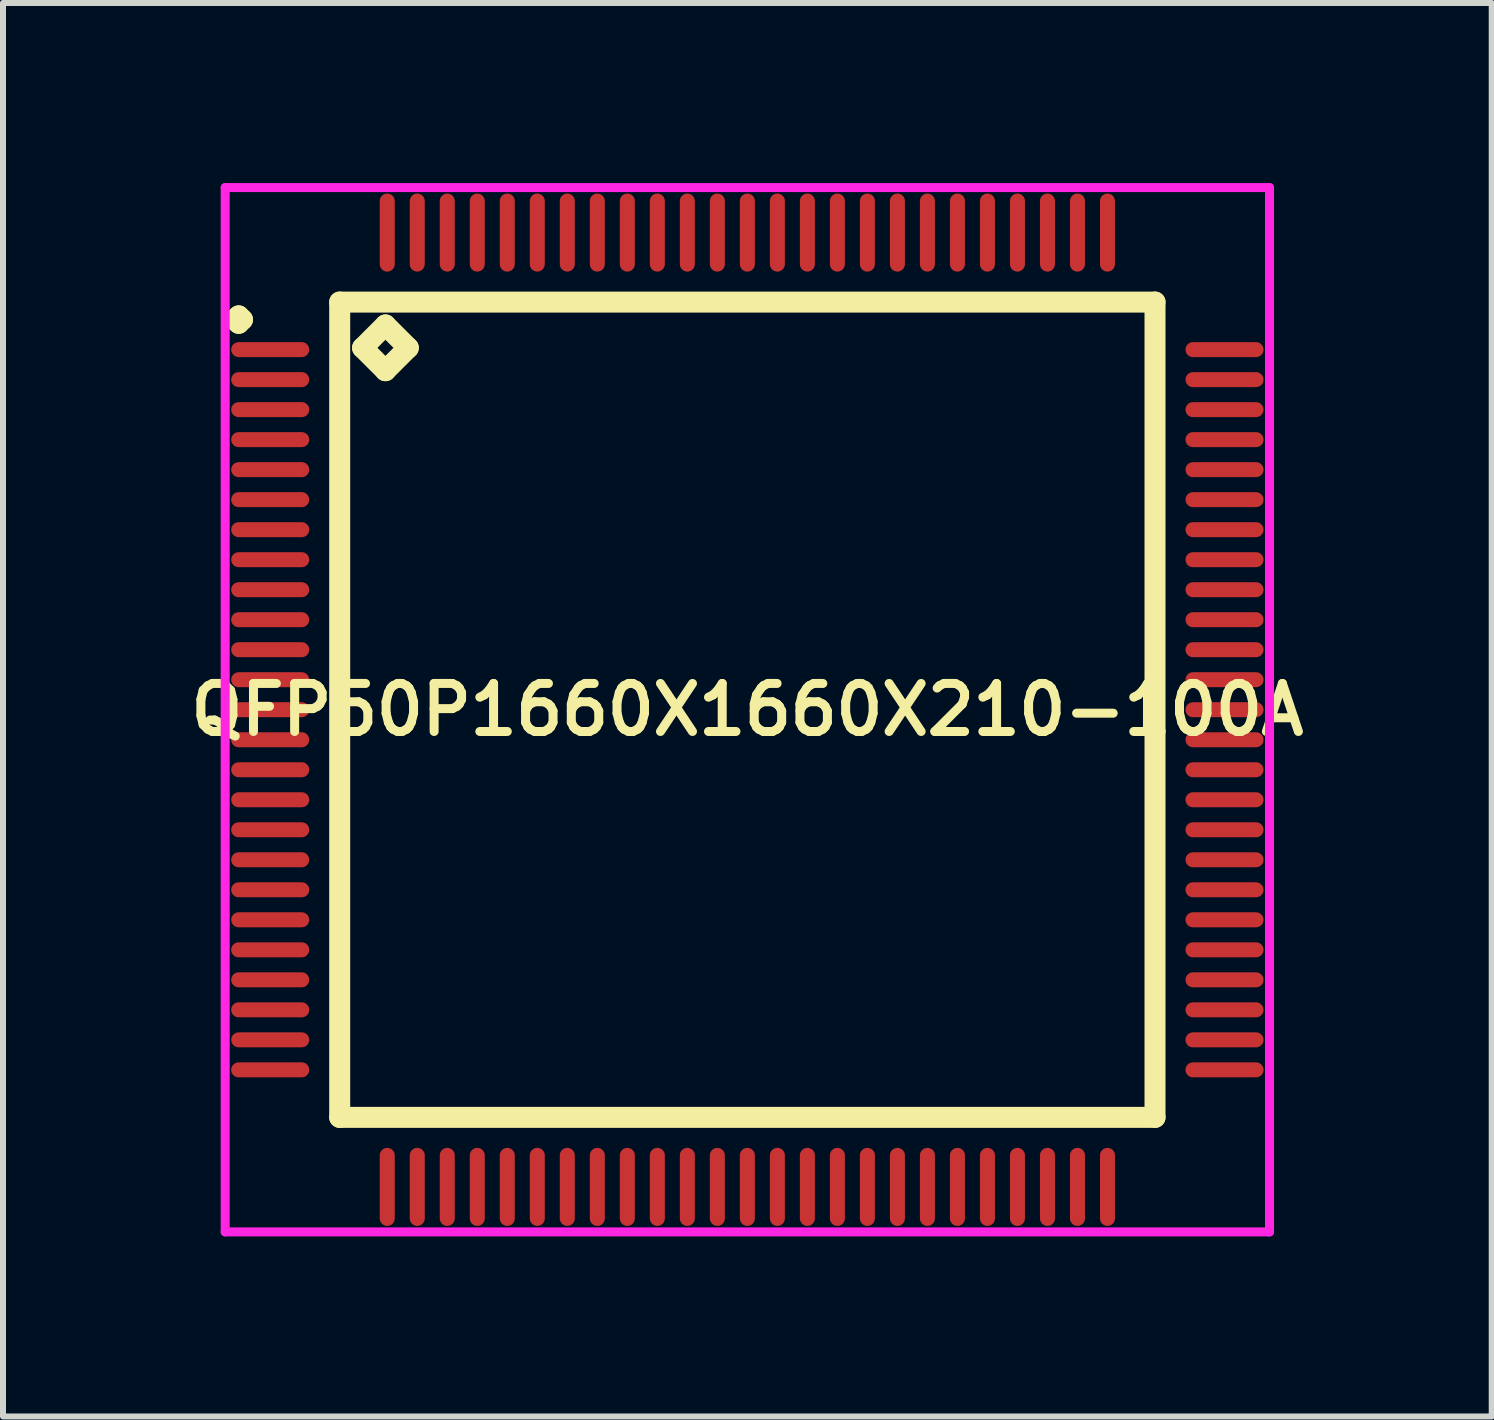
<source format=kicad_pcb>
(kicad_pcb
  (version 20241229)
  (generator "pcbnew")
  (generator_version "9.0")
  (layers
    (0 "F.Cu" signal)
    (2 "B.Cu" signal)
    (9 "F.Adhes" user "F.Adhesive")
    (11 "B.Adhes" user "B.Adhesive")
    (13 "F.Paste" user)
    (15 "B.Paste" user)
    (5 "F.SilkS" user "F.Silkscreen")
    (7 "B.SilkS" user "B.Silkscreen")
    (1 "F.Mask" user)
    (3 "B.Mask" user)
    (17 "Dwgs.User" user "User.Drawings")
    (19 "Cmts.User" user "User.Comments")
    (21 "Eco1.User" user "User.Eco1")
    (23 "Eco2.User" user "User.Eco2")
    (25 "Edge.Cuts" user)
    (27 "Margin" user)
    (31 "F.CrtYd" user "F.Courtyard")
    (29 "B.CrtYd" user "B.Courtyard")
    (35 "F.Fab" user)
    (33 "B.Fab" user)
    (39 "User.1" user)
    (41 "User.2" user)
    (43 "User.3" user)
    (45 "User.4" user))
  (footprint "QFP50P1660X1660X210-100A"
    (layer "F.Cu")
    (at 9.402 8.775)
    (property "Reference" "QFP50P1660X1660X210-100A" (at 0 0 0) (layer "F.SilkS") (effects (font (size 0.8 0.8) (thickness 0.15))))
    (attr through_hole)
    (fp_line (start -8.537 -6.5) (end -8.475 -6.562) (stroke (width 0.35) (type solid)) (layer "F.SilkS"))
    (fp_line (start -8.475 -6.562) (end -8.412 -6.5) (stroke (width 0.35) (type solid)) (layer "F.SilkS"))
    (fp_line (start -8.475 -6.438) (end -8.537 -6.5) (stroke (width 0.35) (type solid)) (layer "F.SilkS"))
    (fp_line (start -8.412 -6.5) (end -8.475 -6.438) (stroke (width 0.35) (type solid)) (layer "F.SilkS"))
    (fp_line (start -6.792 -6.792) (end -6.792 6.792) (stroke (width 0.35) (type solid)) (layer "F.SilkS"))
    (fp_line (start -6.792 6.792) (end 6.792 6.792) (stroke (width 0.35) (type solid)) (layer "F.SilkS"))
    (fp_line (start -6.411 -6.03) (end -6.03 -6.411) (stroke (width 0.35) (type solid)) (layer "F.SilkS"))
    (fp_line (start -6.03 -6.411) (end -5.649 -6.03) (stroke (width 0.35) (type solid)) (layer "F.SilkS"))
    (fp_line (start -6.03 -5.649) (end -6.411 -6.03) (stroke (width 0.35) (type solid)) (layer "F.SilkS"))
    (fp_line (start -5.649 -6.03) (end -6.03 -5.649) (stroke (width 0.35) (type solid)) (layer "F.SilkS"))
    (fp_line (start 6.792 -6.792) (end -6.792 -6.792) (stroke (width 0.35) (type solid)) (layer "F.SilkS"))
    (fp_line (start 6.792 6.792) (end 6.792 -6.792) (stroke (width 0.35) (type solid)) (layer "F.SilkS"))
    (fp_line (start -8.7 -8.7) (end 8.7 -8.7) (stroke (width 0.15) (type solid)) (layer "F.CrtYd"))
    (fp_line (start -8.7 8.7) (end -8.7 -8.7) (stroke (width 0.15) (type solid)) (layer "F.CrtYd"))
    (fp_line (start 8.7 -8.7) (end 8.7 8.7) (stroke (width 0.15) (type solid)) (layer "F.CrtYd"))
    (fp_line (start 8.7 8.7) (end -8.7 8.7) (stroke (width 0.15) (type solid)) (layer "F.CrtYd"))
    (pad "1" smd oval (at -7.95 -6) (size 1.3 0.25) (layers "F.Cu" "F.Mask" "F.Paste"))
    (pad "2" smd oval (at -7.95 -5.5) (size 1.3 0.25) (layers "F.Cu" "F.Mask" "F.Paste"))
    (pad "3" smd oval (at -7.95 -5) (size 1.3 0.25) (layers "F.Cu" "F.Mask" "F.Paste"))
    (pad "4" smd oval (at -7.95 -4.5) (size 1.3 0.25) (layers "F.Cu" "F.Mask" "F.Paste"))
    (pad "5" smd oval (at -7.95 -4) (size 1.3 0.25) (layers "F.Cu" "F.Mask" "F.Paste"))
    (pad "6" smd oval (at -7.95 -3.5) (size 1.3 0.25) (layers "F.Cu" "F.Mask" "F.Paste"))
    (pad "7" smd oval (at -7.95 -3) (size 1.3 0.25) (layers "F.Cu" "F.Mask" "F.Paste"))
    (pad "8" smd oval (at -7.95 -2.5) (size 1.3 0.25) (layers "F.Cu" "F.Mask" "F.Paste"))
    (pad "9" smd oval (at -7.95 -2) (size 1.3 0.25) (layers "F.Cu" "F.Mask" "F.Paste"))
    (pad "10" smd oval (at -7.95 -1.5) (size 1.3 0.25) (layers "F.Cu" "F.Mask" "F.Paste"))
    (pad "11" smd oval (at -7.95 -1) (size 1.3 0.25) (layers "F.Cu" "F.Mask" "F.Paste"))
    (pad "12" smd oval (at -7.95 -0.5) (size 1.3 0.25) (layers "F.Cu" "F.Mask" "F.Paste"))
    (pad "13" smd oval (at -7.95 0) (size 1.3 0.25) (layers "F.Cu" "F.Mask" "F.Paste"))
    (pad "14" smd oval (at -7.95 0.5) (size 1.3 0.25) (layers "F.Cu" "F.Mask" "F.Paste"))
    (pad "15" smd oval (at -7.95 1) (size 1.3 0.25) (layers "F.Cu" "F.Mask" "F.Paste"))
    (pad "16" smd oval (at -7.95 1.5) (size 1.3 0.25) (layers "F.Cu" "F.Mask" "F.Paste"))
    (pad "17" smd oval (at -7.95 2) (size 1.3 0.25) (layers "F.Cu" "F.Mask" "F.Paste"))
    (pad "18" smd oval (at -7.95 2.5) (size 1.3 0.25) (layers "F.Cu" "F.Mask" "F.Paste"))
    (pad "19" smd oval (at -7.95 3) (size 1.3 0.25) (layers "F.Cu" "F.Mask" "F.Paste"))
    (pad "20" smd oval (at -7.95 3.5) (size 1.3 0.25) (layers "F.Cu" "F.Mask" "F.Paste"))
    (pad "21" smd oval (at -7.95 4) (size 1.3 0.25) (layers "F.Cu" "F.Mask" "F.Paste"))
    (pad "22" smd oval (at -7.95 4.5) (size 1.3 0.25) (layers "F.Cu" "F.Mask" "F.Paste"))
    (pad "23" smd oval (at -7.95 5) (size 1.3 0.25) (layers "F.Cu" "F.Mask" "F.Paste"))
    (pad "24" smd oval (at -7.95 5.5) (size 1.3 0.25) (layers "F.Cu" "F.Mask" "F.Paste"))
    (pad "25" smd oval (at -7.95 6) (size 1.3 0.25) (layers "F.Cu" "F.Mask" "F.Paste"))
    (pad "26" smd oval (at -6 7.95) (size 0.25 1.3) (layers "F.Cu" "F.Mask" "F.Paste"))
    (pad "27" smd oval (at -5.5 7.95) (size 0.25 1.3) (layers "F.Cu" "F.Mask" "F.Paste"))
    (pad "28" smd oval (at -5 7.95) (size 0.25 1.3) (layers "F.Cu" "F.Mask" "F.Paste"))
    (pad "29" smd oval (at -4.5 7.95) (size 0.25 1.3) (layers "F.Cu" "F.Mask" "F.Paste"))
    (pad "30" smd oval (at -4 7.95) (size 0.25 1.3) (layers "F.Cu" "F.Mask" "F.Paste"))
    (pad "31" smd oval (at -3.5 7.95) (size 0.25 1.3) (layers "F.Cu" "F.Mask" "F.Paste"))
    (pad "32" smd oval (at -3 7.95) (size 0.25 1.3) (layers "F.Cu" "F.Mask" "F.Paste"))
    (pad "33" smd oval (at -2.5 7.95) (size 0.25 1.3) (layers "F.Cu" "F.Mask" "F.Paste"))
    (pad "34" smd oval (at -2 7.95) (size 0.25 1.3) (layers "F.Cu" "F.Mask" "F.Paste"))
    (pad "35" smd oval (at -1.5 7.95) (size 0.25 1.3) (layers "F.Cu" "F.Mask" "F.Paste"))
    (pad "36" smd oval (at -1 7.95) (size 0.25 1.3) (layers "F.Cu" "F.Mask" "F.Paste"))
    (pad "37" smd oval (at -0.5 7.95) (size 0.25 1.3) (layers "F.Cu" "F.Mask" "F.Paste"))
    (pad "38" smd oval (at 0 7.95) (size 0.25 1.3) (layers "F.Cu" "F.Mask" "F.Paste"))
    (pad "39" smd oval (at 0.5 7.95) (size 0.25 1.3) (layers "F.Cu" "F.Mask" "F.Paste"))
    (pad "40" smd oval (at 1 7.95) (size 0.25 1.3) (layers "F.Cu" "F.Mask" "F.Paste"))
    (pad "41" smd oval (at 1.5 7.95) (size 0.25 1.3) (layers "F.Cu" "F.Mask" "F.Paste"))
    (pad "42" smd oval (at 2 7.95) (size 0.25 1.3) (layers "F.Cu" "F.Mask" "F.Paste"))
    (pad "43" smd oval (at 2.5 7.95) (size 0.25 1.3) (layers "F.Cu" "F.Mask" "F.Paste"))
    (pad "44" smd oval (at 3 7.95) (size 0.25 1.3) (layers "F.Cu" "F.Mask" "F.Paste"))
    (pad "45" smd oval (at 3.5 7.95) (size 0.25 1.3) (layers "F.Cu" "F.Mask" "F.Paste"))
    (pad "46" smd oval (at 4 7.95) (size 0.25 1.3) (layers "F.Cu" "F.Mask" "F.Paste"))
    (pad "47" smd oval (at 4.5 7.95) (size 0.25 1.3) (layers "F.Cu" "F.Mask" "F.Paste"))
    (pad "48" smd oval (at 5 7.95) (size 0.25 1.3) (layers "F.Cu" "F.Mask" "F.Paste"))
    (pad "49" smd oval (at 5.5 7.95) (size 0.25 1.3) (layers "F.Cu" "F.Mask" "F.Paste"))
    (pad "50" smd oval (at 6 7.95) (size 0.25 1.3) (layers "F.Cu" "F.Mask" "F.Paste"))
    (pad "51" smd oval (at 7.95 6) (size 1.3 0.25) (layers "F.Cu" "F.Mask" "F.Paste"))
    (pad "52" smd oval (at 7.95 5.5) (size 1.3 0.25) (layers "F.Cu" "F.Mask" "F.Paste"))
    (pad "53" smd oval (at 7.95 5) (size 1.3 0.25) (layers "F.Cu" "F.Mask" "F.Paste"))
    (pad "54" smd oval (at 7.95 4.5) (size 1.3 0.25) (layers "F.Cu" "F.Mask" "F.Paste"))
    (pad "55" smd oval (at 7.95 4) (size 1.3 0.25) (layers "F.Cu" "F.Mask" "F.Paste"))
    (pad "56" smd oval (at 7.95 3.5) (size 1.3 0.25) (layers "F.Cu" "F.Mask" "F.Paste"))
    (pad "57" smd oval (at 7.95 3) (size 1.3 0.25) (layers "F.Cu" "F.Mask" "F.Paste"))
    (pad "58" smd oval (at 7.95 2.5) (size 1.3 0.25) (layers "F.Cu" "F.Mask" "F.Paste"))
    (pad "59" smd oval (at 7.95 2) (size 1.3 0.25) (layers "F.Cu" "F.Mask" "F.Paste"))
    (pad "60" smd oval (at 7.95 1.5) (size 1.3 0.25) (layers "F.Cu" "F.Mask" "F.Paste"))
    (pad "61" smd oval (at 7.95 1) (size 1.3 0.25) (layers "F.Cu" "F.Mask" "F.Paste"))
    (pad "62" smd oval (at 7.95 0.5) (size 1.3 0.25) (layers "F.Cu" "F.Mask" "F.Paste"))
    (pad "63" smd oval (at 7.95 0) (size 1.3 0.25) (layers "F.Cu" "F.Mask" "F.Paste"))
    (pad "64" smd oval (at 7.95 -0.5) (size 1.3 0.25) (layers "F.Cu" "F.Mask" "F.Paste"))
    (pad "65" smd oval (at 7.95 -1) (size 1.3 0.25) (layers "F.Cu" "F.Mask" "F.Paste"))
    (pad "66" smd oval (at 7.95 -1.5) (size 1.3 0.25) (layers "F.Cu" "F.Mask" "F.Paste"))
    (pad "67" smd oval (at 7.95 -2) (size 1.3 0.25) (layers "F.Cu" "F.Mask" "F.Paste"))
    (pad "68" smd oval (at 7.95 -2.5) (size 1.3 0.25) (layers "F.Cu" "F.Mask" "F.Paste"))
    (pad "69" smd oval (at 7.95 -3) (size 1.3 0.25) (layers "F.Cu" "F.Mask" "F.Paste"))
    (pad "70" smd oval (at 7.95 -3.5) (size 1.3 0.25) (layers "F.Cu" "F.Mask" "F.Paste"))
    (pad "71" smd oval (at 7.95 -4) (size 1.3 0.25) (layers "F.Cu" "F.Mask" "F.Paste"))
    (pad "72" smd oval (at 7.95 -4.5) (size 1.3 0.25) (layers "F.Cu" "F.Mask" "F.Paste"))
    (pad "73" smd oval (at 7.95 -5) (size 1.3 0.25) (layers "F.Cu" "F.Mask" "F.Paste"))
    (pad "74" smd oval (at 7.95 -5.5) (size 1.3 0.25) (layers "F.Cu" "F.Mask" "F.Paste"))
    (pad "75" smd oval (at 7.95 -6) (size 1.3 0.25) (layers "F.Cu" "F.Mask" "F.Paste"))
    (pad "76" smd oval (at 6 -7.95) (size 0.25 1.3) (layers "F.Cu" "F.Mask" "F.Paste"))
    (pad "77" smd oval (at 5.5 -7.95) (size 0.25 1.3) (layers "F.Cu" "F.Mask" "F.Paste"))
    (pad "78" smd oval (at 5 -7.95) (size 0.25 1.3) (layers "F.Cu" "F.Mask" "F.Paste"))
    (pad "79" smd oval (at 4.5 -7.95) (size 0.25 1.3) (layers "F.Cu" "F.Mask" "F.Paste"))
    (pad "80" smd oval (at 4 -7.95) (size 0.25 1.3) (layers "F.Cu" "F.Mask" "F.Paste"))
    (pad "81" smd oval (at 3.5 -7.95) (size 0.25 1.3) (layers "F.Cu" "F.Mask" "F.Paste"))
    (pad "82" smd oval (at 3 -7.95) (size 0.25 1.3) (layers "F.Cu" "F.Mask" "F.Paste"))
    (pad "83" smd oval (at 2.5 -7.95) (size 0.25 1.3) (layers "F.Cu" "F.Mask" "F.Paste"))
    (pad "84" smd oval (at 2 -7.95) (size 0.25 1.3) (layers "F.Cu" "F.Mask" "F.Paste"))
    (pad "85" smd oval (at 1.5 -7.95) (size 0.25 1.3) (layers "F.Cu" "F.Mask" "F.Paste"))
    (pad "86" smd oval (at 1 -7.95) (size 0.25 1.3) (layers "F.Cu" "F.Mask" "F.Paste"))
    (pad "87" smd oval (at 0.5 -7.95) (size 0.25 1.3) (layers "F.Cu" "F.Mask" "F.Paste"))
    (pad "88" smd oval (at 0 -7.95) (size 0.25 1.3) (layers "F.Cu" "F.Mask" "F.Paste"))
    (pad "89" smd oval (at -0.5 -7.95) (size 0.25 1.3) (layers "F.Cu" "F.Mask" "F.Paste"))
    (pad "90" smd oval (at -1 -7.95) (size 0.25 1.3) (layers "F.Cu" "F.Mask" "F.Paste"))
    (pad "91" smd oval (at -1.5 -7.95) (size 0.25 1.3) (layers "F.Cu" "F.Mask" "F.Paste"))
    (pad "92" smd oval (at -2 -7.95) (size 0.25 1.3) (layers "F.Cu" "F.Mask" "F.Paste"))
    (pad "93" smd oval (at -2.5 -7.95) (size 0.25 1.3) (layers "F.Cu" "F.Mask" "F.Paste"))
    (pad "94" smd oval (at -3 -7.95) (size 0.25 1.3) (layers "F.Cu" "F.Mask" "F.Paste"))
    (pad "95" smd oval (at -3.5 -7.95) (size 0.25 1.3) (layers "F.Cu" "F.Mask" "F.Paste"))
    (pad "96" smd oval (at -4 -7.95) (size 0.25 1.3) (layers "F.Cu" "F.Mask" "F.Paste"))
    (pad "97" smd oval (at -4.5 -7.95) (size 0.25 1.3) (layers "F.Cu" "F.Mask" "F.Paste"))
    (pad "98" smd oval (at -5 -7.95) (size 0.25 1.3) (layers "F.Cu" "F.Mask" "F.Paste"))
    (pad "99" smd oval (at -5.5 -7.95) (size 0.25 1.3) (layers "F.Cu" "F.Mask" "F.Paste"))
    (pad "100" smd oval (at -6 -7.95) (size 0.25 1.3) (layers "F.Cu" "F.Mask" "F.Paste")))
  (gr_rect
    (start -3 -3)
    (end 21.804 20.55)
    (stroke (width 0.1) (type default))
    (fill no)
    (layer "Edge.Cuts")))
</source>
